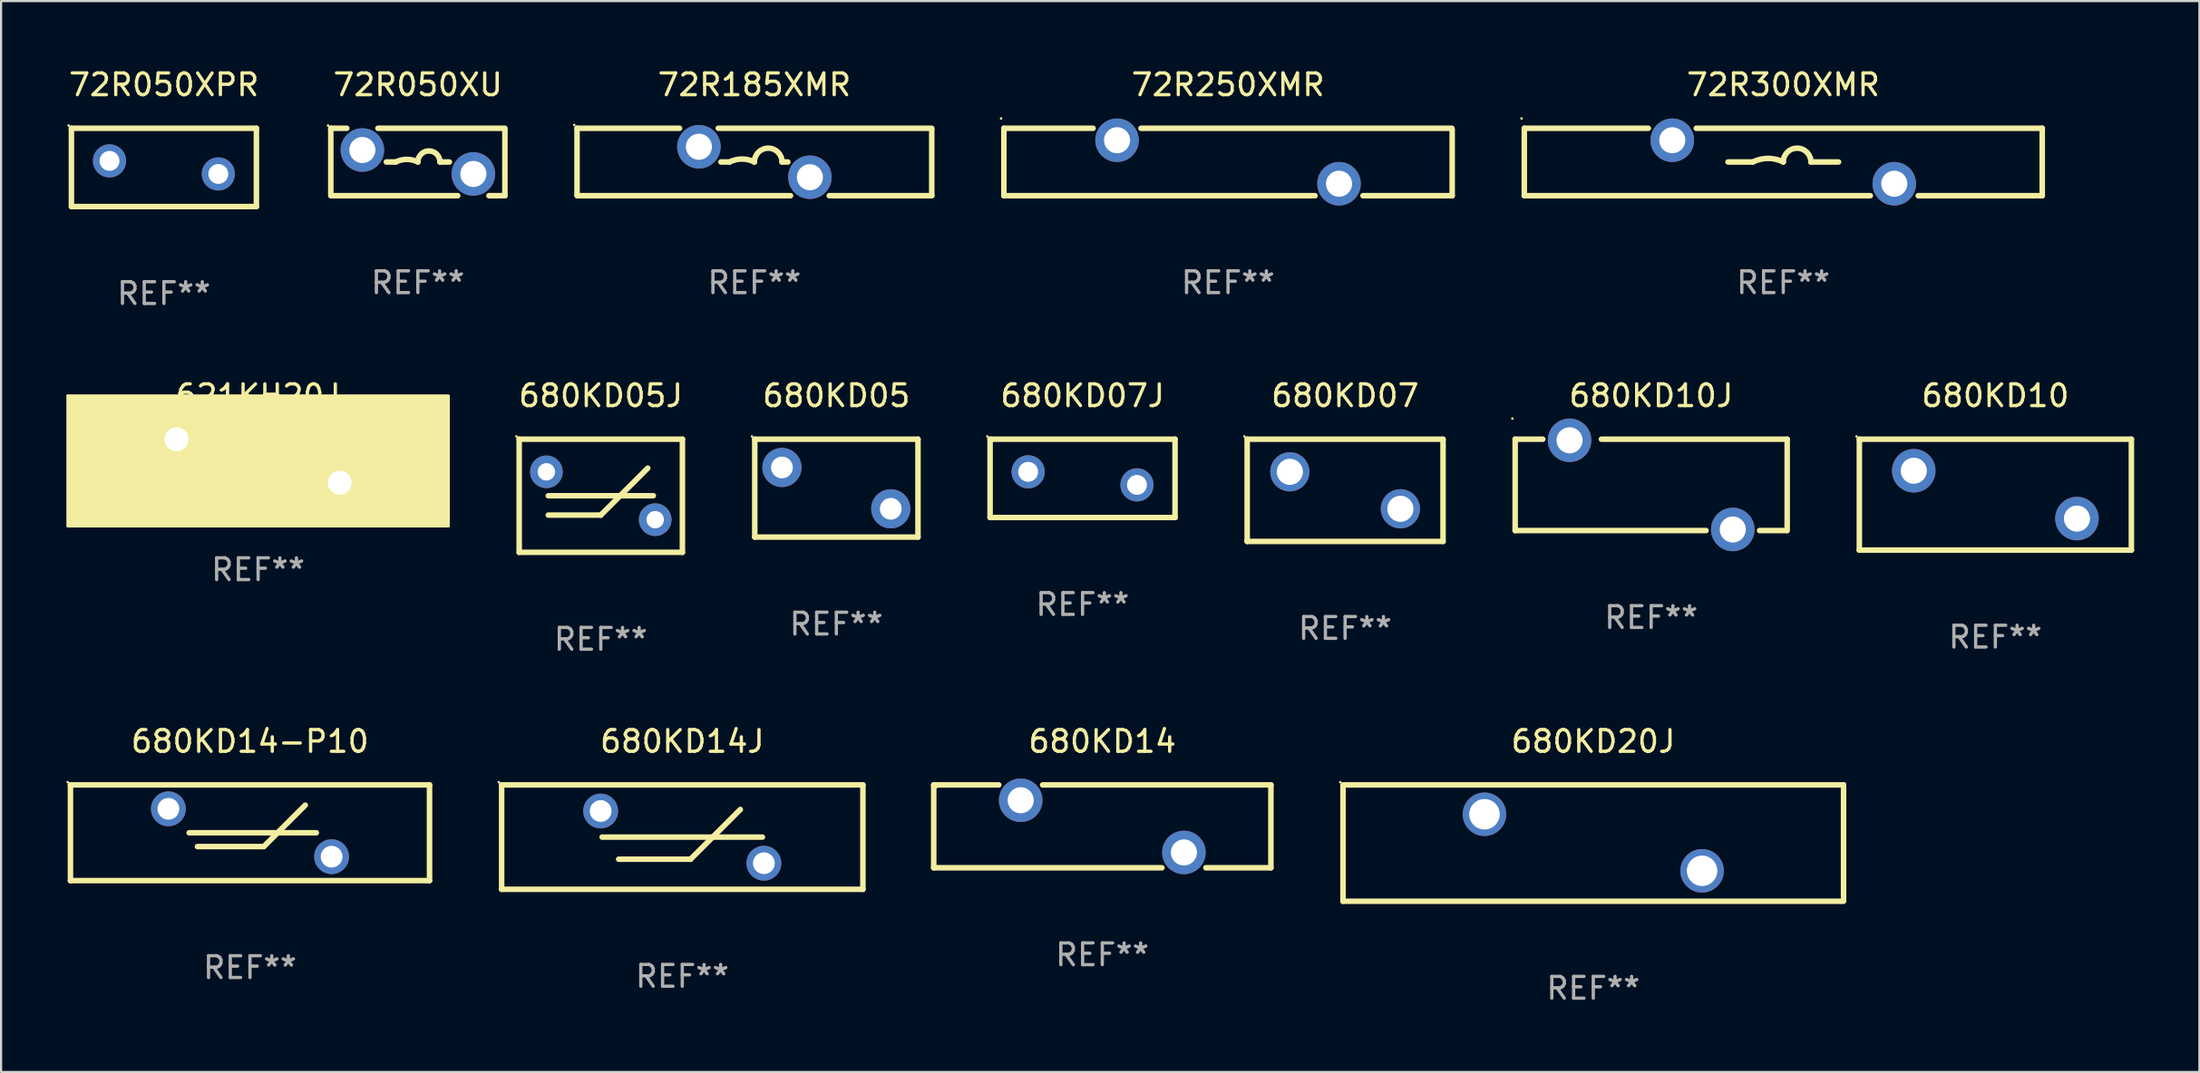
<source format=kicad_pcb>
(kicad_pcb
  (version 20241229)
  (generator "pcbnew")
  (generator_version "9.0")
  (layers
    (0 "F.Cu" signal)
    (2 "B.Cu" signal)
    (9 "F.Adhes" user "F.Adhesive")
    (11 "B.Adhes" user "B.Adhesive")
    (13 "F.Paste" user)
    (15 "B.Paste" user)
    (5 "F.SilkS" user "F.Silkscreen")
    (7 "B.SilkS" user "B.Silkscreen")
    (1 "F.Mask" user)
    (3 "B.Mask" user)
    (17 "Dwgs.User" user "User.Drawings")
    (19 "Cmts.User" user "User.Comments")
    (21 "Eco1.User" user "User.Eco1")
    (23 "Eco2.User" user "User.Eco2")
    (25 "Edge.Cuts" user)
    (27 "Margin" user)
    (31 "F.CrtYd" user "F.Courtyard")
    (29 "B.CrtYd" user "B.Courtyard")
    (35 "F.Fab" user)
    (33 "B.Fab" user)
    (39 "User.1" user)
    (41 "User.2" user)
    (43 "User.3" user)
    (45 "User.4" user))
  (footprint "680KD14-P10"
    (layer "F.Cu")
    (at 8.437 35.241)
    (property "Reference" "680KD14-P10" (at 0 -4.2 0) (layer "F.SilkS") (effects (font (size 1 1) (thickness 0.15))))
    (attr through_hole)
    (fp_line (start -8.25 -2.2) (end -8.25 2.2) (stroke (width 0.254) (type solid)) (layer "F.SilkS"))
    (fp_line (start -8.25 -2.2) (end 8.25 -2.2) (stroke (width 0.254) (type solid)) (layer "F.SilkS"))
    (fp_line (start -8.25 2.2) (end 8.25 2.2) (stroke (width 0.254) (type solid)) (layer "F.SilkS"))
    (fp_line (start -2.794 0) (end 3.048 0) (stroke (width 0.254) (type solid)) (layer "F.SilkS"))
    (fp_line (start -2.413 0.635) (end 0.635 0.635) (stroke (width 0.254) (type solid)) (layer "F.SilkS"))
    (fp_line (start 0.635 0.635) (end 2.54 -1.27) (stroke (width 0.254) (type solid)) (layer "F.SilkS"))
    (fp_line (start 8.25 -2.2) (end 8.25 2.2) (stroke (width 0.254) (type solid)) (layer "F.SilkS"))
    (fp_circle (center -8.377 -2.327) (end -8.347 -2.327) (stroke (width 0.06) (type solid)) (fill no) (layer "F.SilkS"))
    (fp_text user "REF**" (at 0 6.2 0) (layer "F.Fab") (effects (font (size 1 1) (thickness 0.15))))
    (pad "1" thru_hole circle (at -3.75 -1.1) (size 1.6 1.6) (drill 1) (layers "*.Cu" "*.Mask"))
    (pad "2" thru_hole circle (at 3.75 1.1) (size 1.6 1.6) (drill 1) (layers "*.Cu" "*.Mask")))
  (footprint "680KD05"
    (layer "F.Cu")
    (at 35.381 19.395)
    (property "Reference" "680KD05" (at 0 -4.25 0) (layer "F.SilkS") (effects (font (size 1 1) (thickness 0.15))))
    (attr through_hole)
    (fp_line (start -3.75 -2.25) (end -3.75 2.25) (stroke (width 0.254) (type solid)) (layer "F.SilkS"))
    (fp_line (start -3.75 -2.25) (end 3.75 -2.25) (stroke (width 0.254) (type solid)) (layer "F.SilkS"))
    (fp_line (start -3.75 2.25) (end 3.75 2.25) (stroke (width 0.254) (type solid)) (layer "F.SilkS"))
    (fp_line (start 3.75 -2.25) (end 3.75 2.25) (stroke (width 0.254) (type solid)) (layer "F.SilkS"))
    (fp_circle (center -3.877 -2.377) (end -3.847 -2.377) (stroke (width 0.06) (type solid)) (fill no) (layer "F.SilkS"))
    (fp_text user "REF**" (at 0 6.25 0) (layer "F.Fab") (effects (font (size 1 1) (thickness 0.15))))
    (pad "1" thru_hole circle (at -2.5 -0.95) (size 1.8 1.8) (drill 1) (layers "*.Cu" "*.Mask"))
    (pad "2" thru_hole circle (at 2.5 0.95) (size 1.8 1.8) (drill 1) (layers "*.Cu" "*.Mask")))
  (footprint "680KD07J"
    (layer "F.Cu")
    (at 46.695 18.945)
    (property "Reference" "680KD07J" (at 0 -3.8 0) (layer "F.SilkS") (effects (font (size 1 1) (thickness 0.15))))
    (attr through_hole)
    (fp_line (start -4.25 -1.8) (end -4.25 1.8) (stroke (width 0.254) (type solid)) (layer "F.SilkS"))
    (fp_line (start -4.25 -1.8) (end 4.25 -1.8) (stroke (width 0.254) (type solid)) (layer "F.SilkS"))
    (fp_line (start 4.25 1.8) (end -4.25 1.8) (stroke (width 0.254) (type solid)) (layer "F.SilkS"))
    (fp_line (start 4.25 1.8) (end 4.25 -1.8) (stroke (width 0.254) (type solid)) (layer "F.SilkS"))
    (fp_circle (center -4.377 -1.927) (end -4.347 -1.927) (stroke (width 0.06) (type solid)) (fill no) (layer "F.SilkS"))
    (fp_text user "REF**" (at 0 5.8 0) (layer "F.Fab") (effects (font (size 1 1) (thickness 0.15))))
    (pad "1" thru_hole circle (at -2.5 -0.3) (size 1.524 1.524) (drill 0.914) (layers "*.Cu" "*.Mask"))
    (pad "2" thru_hole circle (at 2.5 0.3) (size 1.524 1.524) (drill 0.914) (layers "*.Cu" "*.Mask")))
  (footprint "680KD14"
    (layer "F.Cu")
    (at 47.602 34.946)
    (property "Reference" "680KD14" (at 0 -3.905 0) (layer "F.SilkS") (effects (font (size 1 1) (thickness 0.15))))
    (attr through_hole)
    (fp_line (start -7.747 -1.905) (end -7.62 -1.905) (stroke (width 0.254) (type solid)) (layer "F.SilkS"))
    (fp_line (start -7.747 1.905) (end -7.747 -1.905) (stroke (width 0.254) (type solid)) (layer "F.SilkS"))
    (fp_line (start -7.62 -1.905) (end -4.759 -1.905) (stroke (width 0.254) (type solid)) (layer "F.SilkS"))
    (fp_line (start -2.741 -1.905) (end 7.747 -1.905) (stroke (width 0.254) (type solid)) (layer "F.SilkS"))
    (fp_line (start 2.74 1.905) (end -7.747 1.905) (stroke (width 0.254) (type solid)) (layer "F.SilkS"))
    (fp_line (start 7.747 -1.905) (end 7.747 1.905) (stroke (width 0.254) (type solid)) (layer "F.SilkS"))
    (fp_line (start 7.747 1.905) (end 4.758 1.905) (stroke (width 0.254) (type solid)) (layer "F.SilkS"))
    (fp_circle (center -7.625 -1.8) (end -7.595 -1.8) (stroke (width 0.06) (type solid)) (fill no) (layer "F.SilkS"))
    (fp_text user "REF**" (at 0 5.905 0) (layer "F.Fab") (effects (font (size 1 1) (thickness 0.15))))
    (pad "1" thru_hole circle (at -3.75 -1.2) (size 2 2) (drill 1.2) (layers "*.Cu" "*.Mask"))
    (pad "2" thru_hole circle (at 3.749 1.2) (size 2 2) (drill 1.2) (layers "*.Cu" "*.Mask")))
  (footprint "621KH20J"
    (layer "F.Cu")
    (at 8.81 18.145)
    (property "Reference" "621KH20J" (at 0 -3 0) (layer "F.SilkS") (effects (font (size 1 1) (thickness 0.15))))
    (attr through_hole)
    (fp_circle (center -8.75 -3) (end -8.72 -3) (stroke (width 0.06) (type solid)) (fill no) (layer "F.SilkS"))
    (fp_poly (pts (xy -8.75 -3) (xy 8.75 -3) (xy 8.75 3) (xy -8.75 3)) (stroke (width 0.12) (type solid)) (fill yes) (layer "F.SilkS"))
    (fp_text user "REF**" (at 0 5 0) (layer "F.Fab") (effects (font (size 1 1) (thickness 0.15))))
    (pad "1" thru_hole circle (at -3.75 -1) (size 1.8 1.8) (drill 1.1) (layers "*.Cu" "*.Mask"))
    (pad "2" thru_hole circle (at 3.75 1) (size 1.8 1.8) (drill 1.1) (layers "*.Cu" "*.Mask")))
  (footprint "72R050XU"
    (layer "F.Cu")
    (at 16.151 4.398)
    (property "Reference" "72R050XU" (at 0 -3.55 0) (layer "F.SilkS") (effects (font (size 1 1) (thickness 0.15))))
    (attr through_hole)
    (fp_line (start -4 -1.55) (end -3.266 -1.55) (stroke (width 0.254) (type solid)) (layer "F.SilkS"))
    (fp_line (start -4 1.5) (end -4 -1.55) (stroke (width 0.254) (type solid)) (layer "F.SilkS"))
    (fp_line (start -1.834 -1.55) (end 4 -1.55) (stroke (width 0.254) (type solid)) (layer "F.SilkS"))
    (fp_line (start -1.449 0) (end -1.016 0) (stroke (width 0.254) (type solid)) (layer "F.SilkS"))
    (fp_line (start 1.449 0) (end 1.016 0) (stroke (width 0.254) (type solid)) (layer "F.SilkS"))
    (fp_line (start 1.834 1.55) (end -4 1.55) (stroke (width 0.254) (type solid)) (layer "F.SilkS"))
    (fp_line (start 4 -1.5) (end 4 1.55) (stroke (width 0.254) (type solid)) (layer "F.SilkS"))
    (fp_line (start 4 1.55) (end 3.266 1.55) (stroke (width 0.254) (type solid)) (layer "F.SilkS"))
    (fp_arc (start -1.016002 0) (mid -0.508001 -0.119923) (end 0 0) (stroke (width 0.254001) (type solid)) (layer "F.SilkS"))
    (fp_arc (start 0 0) (mid 0.508001 -0.508001) (end 1.016002 0) (stroke (width 0.254001) (type solid)) (layer "F.SilkS"))
    (fp_circle (center -4.127 -1.677) (end -4.097 -1.677) (stroke (width 0.06) (type solid)) (fill no) (layer "F.SilkS"))
    (fp_text user "REF**" (at 0 5.55 0) (layer "F.Fab") (effects (font (size 1 1) (thickness 0.15))))
    (pad "1" thru_hole circle (at -2.55 -0.55) (size 2 2) (drill 1.2) (layers "*.Cu" "*.Mask"))
    (pad "2" thru_hole circle (at 2.55 0.55) (size 2 2) (drill 1.2) (layers "*.Cu" "*.Mask")))
  (footprint "72R050XPR"
    (layer "F.Cu")
    (at 4.482 4.648)
    (property "Reference" "72R050XPR" (at 0 -3.8 0) (layer "F.SilkS") (effects (font (size 1 1) (thickness 0.15))))
    (attr through_hole)
    (fp_line (start -4.25 -1.8) (end -4.25 1.8) (stroke (width 0.254) (type solid)) (layer "F.SilkS"))
    (fp_line (start -4.25 -1.8) (end 4.25 -1.8) (stroke (width 0.254) (type solid)) (layer "F.SilkS"))
    (fp_line (start 4.25 1.8) (end -4.25 1.8) (stroke (width 0.254) (type solid)) (layer "F.SilkS"))
    (fp_line (start 4.25 1.8) (end 4.25 -1.8) (stroke (width 0.254) (type solid)) (layer "F.SilkS"))
    (fp_circle (center -4.377 -1.927) (end -4.347 -1.927) (stroke (width 0.06) (type solid)) (fill no) (layer "F.SilkS"))
    (fp_text user "REF**" (at 0 5.8 0) (layer "F.Fab") (effects (font (size 1 1) (thickness 0.15))))
    (pad "1" thru_hole circle (at -2.5 -0.3) (size 1.524 1.524) (drill 0.914) (layers "*.Cu" "*.Mask"))
    (pad "2" thru_hole circle (at 2.5 0.3) (size 1.524 1.524) (drill 0.914) (layers "*.Cu" "*.Mask")))
  (footprint "680KD20J"
    (layer "F.Cu")
    (at 70.163 35.716)
    (property "Reference" "680KD20J" (at 0 -4.675 0) (layer "F.SilkS") (effects (font (size 1 1) (thickness 0.15))))
    (attr through_hole)
    (fp_line (start -11.5 -2.675) (end 11.5 -2.675) (stroke (width 0.254) (type solid)) (layer "F.SilkS"))
    (fp_line (start -11.5 2.675) (end -11.5 -2.625) (stroke (width 0.254) (type solid)) (layer "F.SilkS"))
    (fp_line (start 11.5 -2.675) (end 11.5 2.625) (stroke (width 0.254) (type solid)) (layer "F.SilkS"))
    (fp_line (start 11.5 2.675) (end -11.5 2.675) (stroke (width 0.254) (type solid)) (layer "F.SilkS"))
    (fp_circle (center -11.627 -2.802) (end -11.597 -2.802) (stroke (width 0.06) (type solid)) (fill no) (layer "F.SilkS"))
    (fp_text user "REF**" (at 0 6.675 0) (layer "F.Fab") (effects (font (size 1 1) (thickness 0.15))))
    (pad "1" thru_hole circle (at -5 -1.325) (size 2 2) (drill 1.4) (layers "*.Cu" "*.Mask"))
    (pad "2" thru_hole circle (at 5 1.275) (size 2 2) (drill 1.4) (layers "*.Cu" "*.Mask")))
  (footprint "72R250XMR"
    (layer "F.Cu")
    (at 53.379 4.398)
    (property "Reference" "72R250XMR" (at 0 -3.55 0) (layer "F.SilkS") (effects (font (size 1 1) (thickness 0.15))))
    (attr through_hole)
    (fp_line (start -10.3 -1.55) (end -6.201 -1.55) (stroke (width 0.254) (type solid)) (layer "F.SilkS"))
    (fp_line (start -10.3 1.55) (end -10.3 -1.55) (stroke (width 0.254) (type solid)) (layer "F.SilkS"))
    (fp_line (start -10.3 1.55) (end 3.999 1.55) (stroke (width 0.254) (type solid)) (layer "F.SilkS"))
    (fp_line (start -3.999 -1.55) (end 10.287 -1.55) (stroke (width 0.254) (type solid)) (layer "F.SilkS"))
    (fp_line (start 6.201 1.55) (end 10.3 1.55) (stroke (width 0.254) (type solid)) (layer "F.SilkS"))
    (fp_line (start 10.3 -1.5) (end 10.3 1.55) (stroke (width 0.254) (type solid)) (layer "F.SilkS"))
    (fp_circle (center -10.427 -2) (end -10.397 -2) (stroke (width 0.06) (type solid)) (fill no) (layer "F.SilkS"))
    (fp_text user "REF**" (at 0 5.55 0) (layer "F.Fab") (effects (font (size 1 1) (thickness 0.15))))
    (pad "1" thru_hole circle (at -5.1 -1) (size 2 2) (drill 1.2) (layers "*.Cu" "*.Mask"))
    (pad "2" thru_hole circle (at 5.1 1) (size 2 2) (drill 1.2) (layers "*.Cu" "*.Mask")))
  (footprint "72R300XMR"
    (layer "F.Cu")
    (at 78.893 4.398)
    (property "Reference" "72R300XMR" (at 0 -3.55 0) (layer "F.SilkS") (effects (font (size 1 1) (thickness 0.15))))
    (attr through_hole)
    (fp_line (start -11.9 -1.55) (end -6.201 -1.55) (stroke (width 0.254) (type solid)) (layer "F.SilkS"))
    (fp_line (start -11.9 1.55) (end -11.9 -1.55) (stroke (width 0.254) (type solid)) (layer "F.SilkS"))
    (fp_line (start -11.9 1.55) (end 3.999 1.55) (stroke (width 0.254) (type solid)) (layer "F.SilkS"))
    (fp_line (start -3.999 -1.55) (end 11.9 -1.55) (stroke (width 0.254) (type solid)) (layer "F.SilkS"))
    (fp_line (start -2.54 0) (end -1.397 0) (stroke (width 0.254) (type solid)) (layer "F.SilkS"))
    (fp_line (start 2.54 0) (end 1.27 0) (stroke (width 0.254) (type solid)) (layer "F.SilkS"))
    (fp_line (start 6.201 1.55) (end 11.9 1.55) (stroke (width 0.254) (type solid)) (layer "F.SilkS"))
    (fp_line (start 11.9 -1.55) (end 11.9 1.55) (stroke (width 0.254) (type solid)) (layer "F.SilkS"))
    (fp_arc (start -1.397003 0) (mid -0.698501 -0.164894) (end 0 0) (stroke (width 0.254001) (type solid)) (layer "F.SilkS"))
    (fp_arc (start -0.000001 0) (mid 0.635001 -0.635002) (end 1.270003 0) (stroke (width 0.254001) (type solid)) (layer "F.SilkS"))
    (fp_circle (center -12.027 -2) (end -11.997 -2) (stroke (width 0.06) (type solid)) (fill no) (layer "F.SilkS"))
    (fp_text user "REF**" (at 0 5.55 0) (layer "F.Fab") (effects (font (size 1 1) (thickness 0.15))))
    (pad "1" thru_hole circle (at -5.1 -1) (size 2 2) (drill 1.2) (layers "*.Cu" "*.Mask"))
    (pad "2" thru_hole circle (at 5.1 1) (size 2 2) (drill 1.2) (layers "*.Cu" "*.Mask")))
  (footprint "680KD10"
    (layer "F.Cu")
    (at 88.638 19.695)
    (property "Reference" "680KD10" (at 0 -4.55 0) (layer "F.SilkS") (effects (font (size 1 1) (thickness 0.15))))
    (attr through_hole)
    (fp_line (start -6.249 -2.55) (end 6.251 -2.55) (stroke (width 0.254) (type solid)) (layer "F.SilkS"))
    (fp_line (start -6.249 2.55) (end -6.249 -2.55) (stroke (width 0.254) (type solid)) (layer "F.SilkS"))
    (fp_line (start 6.251 -2.55) (end 6.251 2.55) (stroke (width 0.254) (type solid)) (layer "F.SilkS"))
    (fp_line (start 6.251 2.55) (end -6.251 2.55) (stroke (width 0.254) (type solid)) (layer "F.SilkS"))
    (fp_circle (center -6.378 -2.677) (end -6.348 -2.677) (stroke (width 0.06) (type solid)) (fill no) (layer "F.SilkS"))
    (fp_text user "REF**" (at 0 6.55 0) (layer "F.Fab") (effects (font (size 1 1) (thickness 0.15))))
    (pad "1" thru_hole circle (at -3.748 -1.1) (size 2 2) (drill 1.2) (layers "*.Cu" "*.Mask"))
    (pad "2" thru_hole circle (at 3.75 1.1) (size 2 2) (drill 1.2) (layers "*.Cu" "*.Mask")))
  (footprint "72R185XMR"
    (layer "F.Cu")
    (at 31.615 4.398)
    (property "Reference" "72R185XMR" (at 0 -3.55 0) (layer "F.SilkS") (effects (font (size 1 1) (thickness 0.15))))
    (attr through_hole)
    (fp_line (start -8.15 -1.55) (end -3.44 -1.55) (stroke (width 0.254) (type solid)) (layer "F.SilkS"))
    (fp_line (start -8.15 1.5) (end -8.15 -1.55) (stroke (width 0.254) (type solid)) (layer "F.SilkS"))
    (fp_line (start -1.66 -1.55) (end 8.15 -1.55) (stroke (width 0.254) (type solid)) (layer "F.SilkS"))
    (fp_line (start -1.538 0) (end -1.143 0) (stroke (width 0.254) (type solid)) (layer "F.SilkS"))
    (fp_line (start 1.538 0) (end 1.27 0) (stroke (width 0.254) (type solid)) (layer "F.SilkS"))
    (fp_line (start 1.66 1.55) (end -8.15 1.55) (stroke (width 0.254) (type solid)) (layer "F.SilkS"))
    (fp_line (start 8.15 1.55) (end 3.44 1.55) (stroke (width 0.254) (type solid)) (layer "F.SilkS"))
    (fp_line (start 8.15 -1.5) (end 8.15 1.55) (stroke (width 0.254) (type solid)) (layer "F.SilkS"))
    (fp_arc (start -1.143028 0) (mid -0.571527 -0.134913) (end -0.000026 0) (stroke (width 0.254001) (type solid)) (layer "F.SilkS"))
    (fp_arc (start -0.000025 0) (mid 0.634976 -0.635001) (end 1.269977 0) (stroke (width 0.254001) (type solid)) (layer "F.SilkS"))
    (fp_circle (center -8.277 -1.7) (end -8.247 -1.7) (stroke (width 0.06) (type solid)) (fill no) (layer "F.SilkS"))
    (fp_text user "REF**" (at 0 5.55 0) (layer "F.Fab") (effects (font (size 1 1) (thickness 0.15))))
    (pad "1" thru_hole circle (at -2.55 -0.7) (size 2 2) (drill 1.2) (layers "*.Cu" "*.Mask"))
    (pad "2" thru_hole circle (at 2.55 0.7) (size 2 2) (drill 1.2) (layers "*.Cu" "*.Mask")))
  (footprint "680KD10J"
    (layer "F.Cu")
    (at 72.823 19.245)
    (property "Reference" "680KD10J" (at 0 -4.1 0) (layer "F.SilkS") (effects (font (size 1 1) (thickness 0.15))))
    (attr through_hole)
    (fp_line (start -6.25 -2.1) (end -6.25 2.1) (stroke (width 0.254) (type solid)) (layer "F.SilkS"))
    (fp_line (start -6.25 -2.1) (end -4.981 -2.1) (stroke (width 0.254) (type solid)) (layer "F.SilkS"))
    (fp_line (start -6.25 2.1) (end 2.519 2.1) (stroke (width 0.254) (type solid)) (layer "F.SilkS"))
    (fp_line (start 4.981 2.1) (end 6.223 2.1) (stroke (width 0.254) (type solid)) (layer "F.SilkS"))
    (fp_line (start 6.25 -2.1) (end -2.286 -2.1) (stroke (width 0.254) (type solid)) (layer "F.SilkS"))
    (fp_line (start 6.25 -2.1) (end 6.25 2.1) (stroke (width 0.254) (type solid)) (layer "F.SilkS"))
    (fp_circle (center -6.377 -3.05) (end -6.347 -3.05) (stroke (width 0.06) (type solid)) (fill no) (layer "F.SilkS"))
    (fp_text user "REF**" (at 0 6.1 0) (layer "F.Fab") (effects (font (size 1 1) (thickness 0.15))))
    (pad "1" thru_hole circle (at -3.75 -2.05) (size 2 2) (drill 1.2) (layers "*.Cu" "*.Mask"))
    (pad "2" thru_hole circle (at 3.75 2.05) (size 2 2) (drill 1.2) (layers "*.Cu" "*.Mask")))
  (footprint "680KD05J"
    (layer "F.Cu")
    (at 24.557 19.745)
    (property "Reference" "680KD05J" (at 0 -4.6 0) (layer "F.SilkS") (effects (font (size 1 1) (thickness 0.15))))
    (attr through_hole)
    (fp_line (start -3.75 -2.6) (end -3.75 2.6) (stroke (width 0.254) (type solid)) (layer "F.SilkS"))
    (fp_line (start -3.75 -2.6) (end 3.75 -2.6) (stroke (width 0.254) (type solid)) (layer "F.SilkS"))
    (fp_line (start -3.75 2.6) (end 3.75 2.6) (stroke (width 0.254) (type solid)) (layer "F.SilkS"))
    (fp_line (start -2.413 0) (end 2.413 0) (stroke (width 0.254) (type solid)) (layer "F.SilkS"))
    (fp_line (start -2.413 0.889) (end 0.000127 0.889) (stroke (width 0.254) (type solid)) (layer "F.SilkS"))
    (fp_line (start 0.000127 0.889) (end 2.159 -1.27) (stroke (width 0.254) (type solid)) (layer "F.SilkS"))
    (fp_line (start 3.75 -2.6) (end 3.75 2.6) (stroke (width 0.254) (type solid)) (layer "F.SilkS"))
    (fp_circle (center -3.877 -2.727) (end -3.847 -2.727) (stroke (width 0.06) (type solid)) (fill no) (layer "F.SilkS"))
    (fp_text user "REF**" (at 0 6.6 0) (layer "F.Fab") (effects (font (size 1 1) (thickness 0.15))))
    (pad "1" thru_hole circle (at -2.5 -1.1) (size 1.5 1.5) (drill 0.8) (layers "*.Cu" "*.Mask"))
    (pad "2" thru_hole circle (at 2.5 1.1) (size 1.5 1.5) (drill 0.8) (layers "*.Cu" "*.Mask")))
  (footprint "680KD14J"
    (layer "F.Cu")
    (at 28.301 35.441)
    (property "Reference" "680KD14J" (at 0 -4.4 0) (layer "F.SilkS") (effects (font (size 1 1) (thickness 0.15))))
    (attr through_hole)
    (fp_line (start -8.3 -2.4) (end -8.3 2.4) (stroke (width 0.254) (type solid)) (layer "F.SilkS"))
    (fp_line (start -8.3 -2.4) (end 8.3 -2.4) (stroke (width 0.254) (type solid)) (layer "F.SilkS"))
    (fp_line (start -8.3 2.4) (end 8.3 2.4) (stroke (width 0.254) (type solid)) (layer "F.SilkS"))
    (fp_line (start -3.683 -0.000013) (end 3.683 -0.000013) (stroke (width 0.254) (type solid)) (layer "F.SilkS"))
    (fp_line (start -2.921 1.016) (end 0.381 1.016) (stroke (width 0.254) (type solid)) (layer "F.SilkS"))
    (fp_line (start 0.381 1.016) (end 2.667 -1.27) (stroke (width 0.254) (type solid)) (layer "F.SilkS"))
    (fp_line (start 8.3 -2.4) (end 8.3 2.4) (stroke (width 0.254) (type solid)) (layer "F.SilkS"))
    (fp_circle (center -8.427 -2.527) (end -8.397 -2.527) (stroke (width 0.06) (type solid)) (fill no) (layer "F.SilkS"))
    (fp_text user "REF**" (at 0 6.4 0) (layer "F.Fab") (effects (font (size 1 1) (thickness 0.15))))
    (pad "1" thru_hole circle (at -3.75 -1.2) (size 1.6 1.6) (drill 1) (layers "*.Cu" "*.Mask"))
    (pad "2" thru_hole circle (at 3.75 1.2) (size 1.6 1.6) (drill 1) (layers "*.Cu" "*.Mask")))
  (footprint "680KD07"
    (layer "F.Cu")
    (at 58.759 19.495)
    (property "Reference" "680KD07" (at 0 -4.35 0) (layer "F.SilkS") (effects (font (size 1 1) (thickness 0.15))))
    (attr through_hole)
    (fp_line (start -4.5 -2.35) (end 4.5 -2.35) (stroke (width 0.254) (type solid)) (layer "F.SilkS"))
    (fp_line (start -4.5 2.35) (end -4.5 -2.35) (stroke (width 0.254) (type solid)) (layer "F.SilkS"))
    (fp_line (start 4.5 -2.35) (end 4.5 2.35) (stroke (width 0.254) (type solid)) (layer "F.SilkS"))
    (fp_line (start 4.5 2.35) (end -4.5 2.35) (stroke (width 0.254) (type solid)) (layer "F.SilkS"))
    (fp_circle (center -4.627 -2.477) (end -4.597 -2.477) (stroke (width 0.06) (type solid)) (fill no) (layer "F.SilkS"))
    (fp_text user "REF**" (at 0 6.35 0) (layer "F.Fab") (effects (font (size 1 1) (thickness 0.15))))
    (pad "1" thru_hole circle (at -2.54 -0.85) (size 1.8 1.8) (drill 1.2) (layers "*.Cu" "*.Mask"))
    (pad "2" thru_hole circle (at 2.54 0.85) (size 1.8 1.8) (drill 1.2) (layers "*.Cu" "*.Mask")))
  (gr_rect
    (start -3 -3)
    (end 98.016 46.24)
    (stroke (width 0.1) (type default))
    (fill no)
    (layer "Edge.Cuts")))
</source>
